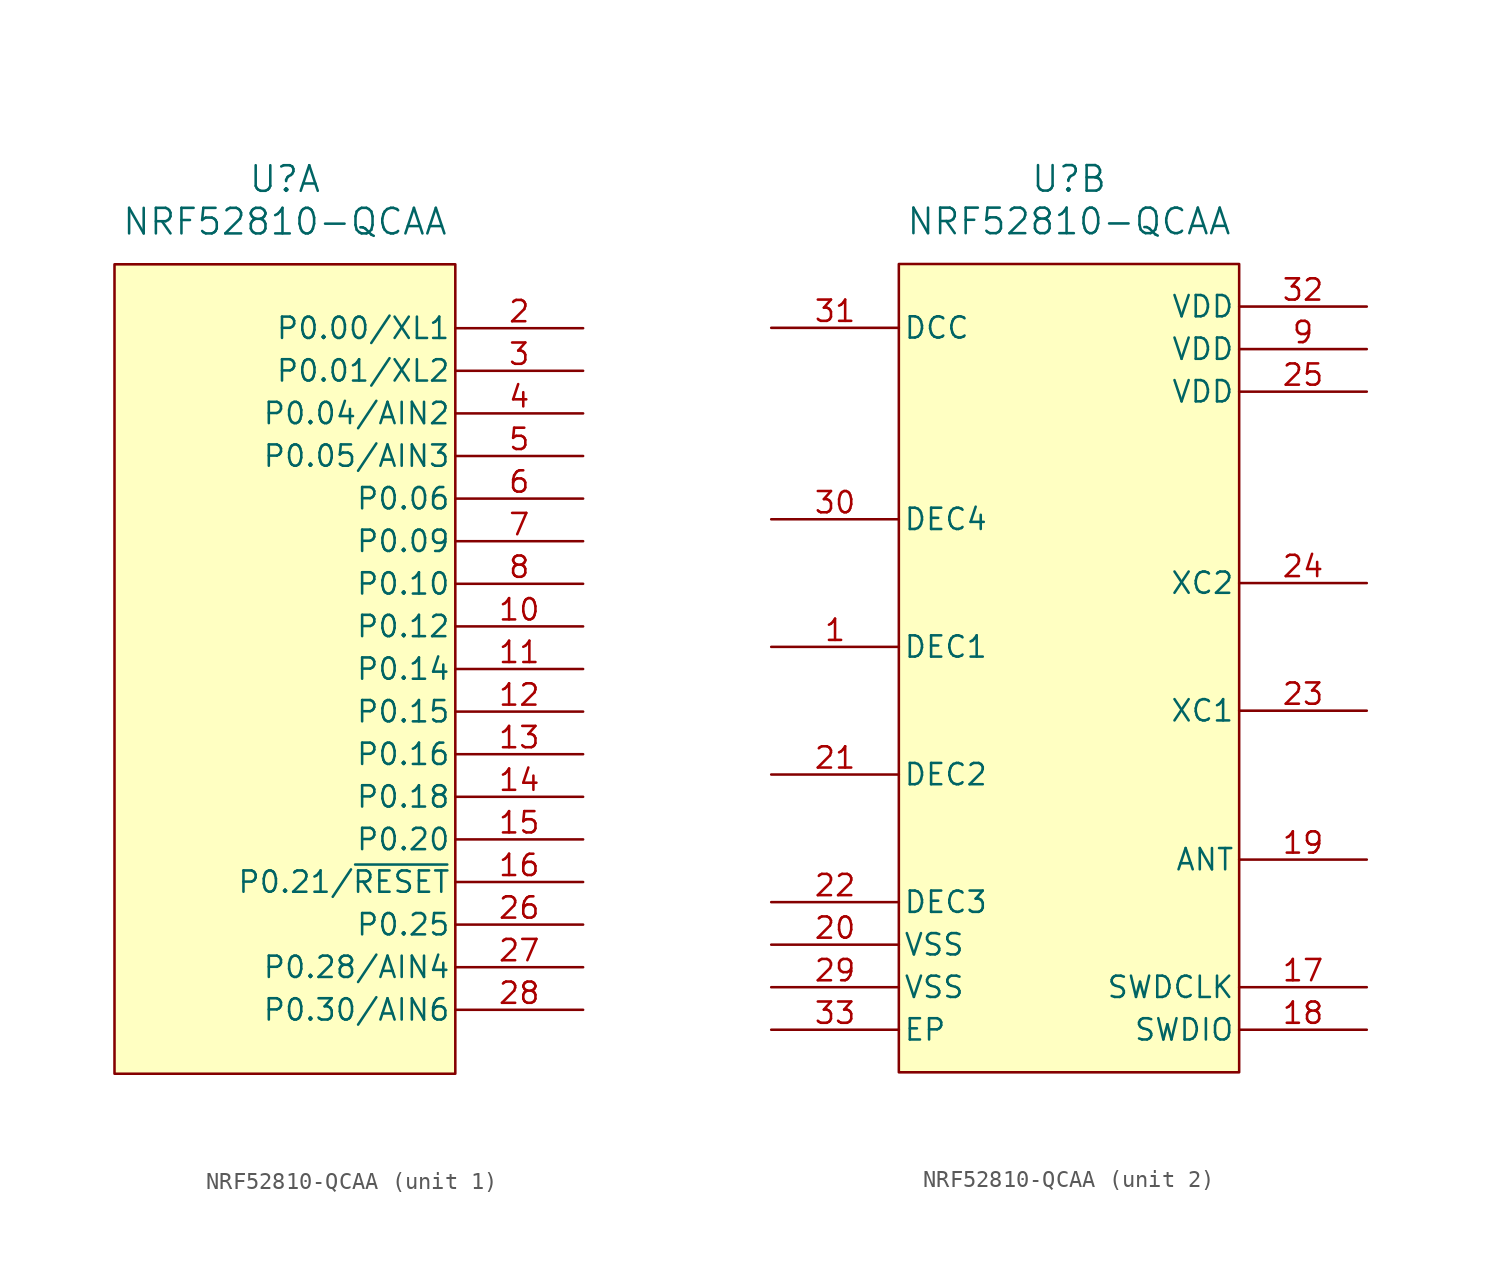
<source format=kicad_sym>
(kicad_symbol_lib
  (version 20220914)
  (generator kicad_symbol_editor)
  (symbol "NRF52810-QCAA"
    (pin_names
      (offset 0.254))
    (property "Reference" "U"
      (at 0 29.21 0)
      (do_not_autoplace)
      (effects (font (size 1.524 1.524))))
    (property "Value" "NRF52810-QCAA"
      (at 0 26.67 0)
      (do_not_autoplace)
      (effects (font (size 1.524 1.524))))
    (property "ki_locked" ""
      (at 0 0 0)
      (effects (font (size 1.27 1.27))))
    (symbol "NRF52810-QCAA_1_1"
      (rectangle (start -10.16 24.13) (end 10.16 -24.13) (stroke (width 0) (type default)) (fill (type background)))
      (pin bidirectional line (at 17.78 2.54 180) (length 7.62) (name "P0.12" (effects (font (size 1.27 1.27)))) (number "10" (effects (font (size 1.27 1.27)))))
      (pin bidirectional line (at 17.78 0 180) (length 7.62) (name "P0.14" (effects (font (size 1.27 1.27)))) (number "11" (effects (font (size 1.27 1.27)))))
      (pin bidirectional line (at 17.78 -2.54 180) (length 7.62) (name "P0.15" (effects (font (size 1.27 1.27)))) (number "12" (effects (font (size 1.27 1.27)))))
      (pin bidirectional line (at 17.78 -5.08 180) (length 7.62) (name "P0.16" (effects (font (size 1.27 1.27)))) (number "13" (effects (font (size 1.27 1.27)))))
      (pin bidirectional line (at 17.78 -7.62 180) (length 7.62) (name "P0.18" (effects (font (size 1.27 1.27)))) (number "14" (effects (font (size 1.27 1.27)))))
      (pin bidirectional line (at 17.78 -10.16 180) (length 7.62) (name "P0.20" (effects (font (size 1.27 1.27)))) (number "15" (effects (font (size 1.27 1.27)))))
      (pin bidirectional line (at 17.78 -12.7 180) (length 7.62) (name "P0.21/~{RESET}" (effects (font (size 1.27 1.27)))) (number "16" (effects (font (size 1.27 1.27)))))
      (pin bidirectional line (at 17.78 20.32 180) (length 7.62) (name "P0.00/XL1" (effects (font (size 1.27 1.27)))) (number "2" (effects (font (size 1.27 1.27)))))
      (pin bidirectional line (at 17.78 -15.24 180) (length 7.62) (name "P0.25" (effects (font (size 1.27 1.27)))) (number "26" (effects (font (size 1.27 1.27)))))
      (pin bidirectional line (at 17.78 -17.78 180) (length 7.62) (name "P0.28/AIN4" (effects (font (size 1.27 1.27)))) (number "27" (effects (font (size 1.27 1.27)))))
      (pin bidirectional line (at 17.78 -20.32 180) (length 7.62) (name "P0.30/AIN6" (effects (font (size 1.27 1.27)))) (number "28" (effects (font (size 1.27 1.27)))))
      (pin bidirectional line (at 17.78 17.78 180) (length 7.62) (name "P0.01/XL2" (effects (font (size 1.27 1.27)))) (number "3" (effects (font (size 1.27 1.27)))))
      (pin bidirectional line (at 17.78 15.24 180) (length 7.62) (name "P0.04/AIN2" (effects (font (size 1.27 1.27)))) (number "4" (effects (font (size 1.27 1.27)))))
      (pin bidirectional line (at 17.78 12.7 180) (length 7.62) (name "P0.05/AIN3" (effects (font (size 1.27 1.27)))) (number "5" (effects (font (size 1.27 1.27)))))
      (pin bidirectional line (at 17.78 10.16 180) (length 7.62) (name "P0.06" (effects (font (size 1.27 1.27)))) (number "6" (effects (font (size 1.27 1.27)))))
      (pin bidirectional line (at 17.78 7.62 180) (length 7.62) (name "P0.09" (effects (font (size 1.27 1.27)))) (number "7" (effects (font (size 1.27 1.27)))))
      (pin bidirectional line (at 17.78 5.08 180) (length 7.62) (name "P0.10" (effects (font (size 1.27 1.27)))) (number "8" (effects (font (size 1.27 1.27))))))
    (symbol "NRF52810-QCAA_2_1"
      (rectangle (start -10.16 24.13) (end 10.16 -24.13) (stroke (width 0) (type default)) (fill (type background)))
      (pin power_out line (at -17.78 1.27 0) (length 7.62) (name "DEC1" (effects (font (size 1.27 1.27)))) (number "1" (effects (font (size 1.27 1.27)))))
      (pin input line (at 17.78 -19.05 180) (length 7.62) (name "SWDCLK" (effects (font (size 1.27 1.27)))) (number "17" (effects (font (size 1.27 1.27)))))
      (pin bidirectional line (at 17.78 -21.59 180) (length 7.62) (name "SWDIO" (effects (font (size 1.27 1.27)))) (number "18" (effects (font (size 1.27 1.27)))))
      (pin bidirectional line (at 17.78 -11.43 180) (length 7.62) (name "ANT" (effects (font (size 1.27 1.27)))) (number "19" (effects (font (size 1.27 1.27)))))
      (pin power_in line (at -17.78 -16.51 0) (length 7.62) (name "VSS" (effects (font (size 1.27 1.27)))) (number "20" (effects (font (size 1.27 1.27)))))
      (pin passive line (at -17.78 -6.35 0) (length 7.62) (name "DEC2" (effects (font (size 1.27 1.27)))) (number "21" (effects (font (size 1.27 1.27)))))
      (pin power_in line (at -17.78 -13.97 0) (length 7.62) (name "DEC3" (effects (font (size 1.27 1.27)))) (number "22" (effects (font (size 1.27 1.27)))))
      (pin input line (at 17.78 -2.54 180) (length 7.62) (name "XC1" (effects (font (size 1.27 1.27)))) (number "23" (effects (font (size 1.27 1.27)))))
      (pin output line (at 17.78 5.08 180) (length 7.62) (name "XC2" (effects (font (size 1.27 1.27)))) (number "24" (effects (font (size 1.27 1.27)))))
      (pin power_in line (at 17.78 16.51 180) (length 7.62) (name "VDD" (effects (font (size 1.27 1.27)))) (number "25" (effects (font (size 1.27 1.27)))))
      (pin power_in line (at -17.78 -19.05 0) (length 7.62) (name "VSS" (effects (font (size 1.27 1.27)))) (number "29" (effects (font (size 1.27 1.27)))))
      (pin power_out line (at -17.78 8.89 0) (length 7.62) (name "DEC4" (effects (font (size 1.27 1.27)))) (number "30" (effects (font (size 1.27 1.27)))))
      (pin passive line (at -17.78 20.32 0) (length 7.62) (name "DCC" (effects (font (size 1.27 1.27)))) (number "31" (effects (font (size 1.27 1.27)))))
      (pin power_in line (at 17.78 21.59 180) (length 7.62) (name "VDD" (effects (font (size 1.27 1.27)))) (number "32" (effects (font (size 1.27 1.27)))))
      (pin power_in line (at -17.78 -21.59 0) (length 7.62) (name "EP" (effects (font (size 1.27 1.27)))) (number "33" (effects (font (size 1.27 1.27)))))
      (pin power_in line (at 17.78 19.05 180) (length 7.62) (name "VDD" (effects (font (size 1.27 1.27)))) (number "9" (effects (font (size 1.27 1.27))))))))
</source>
